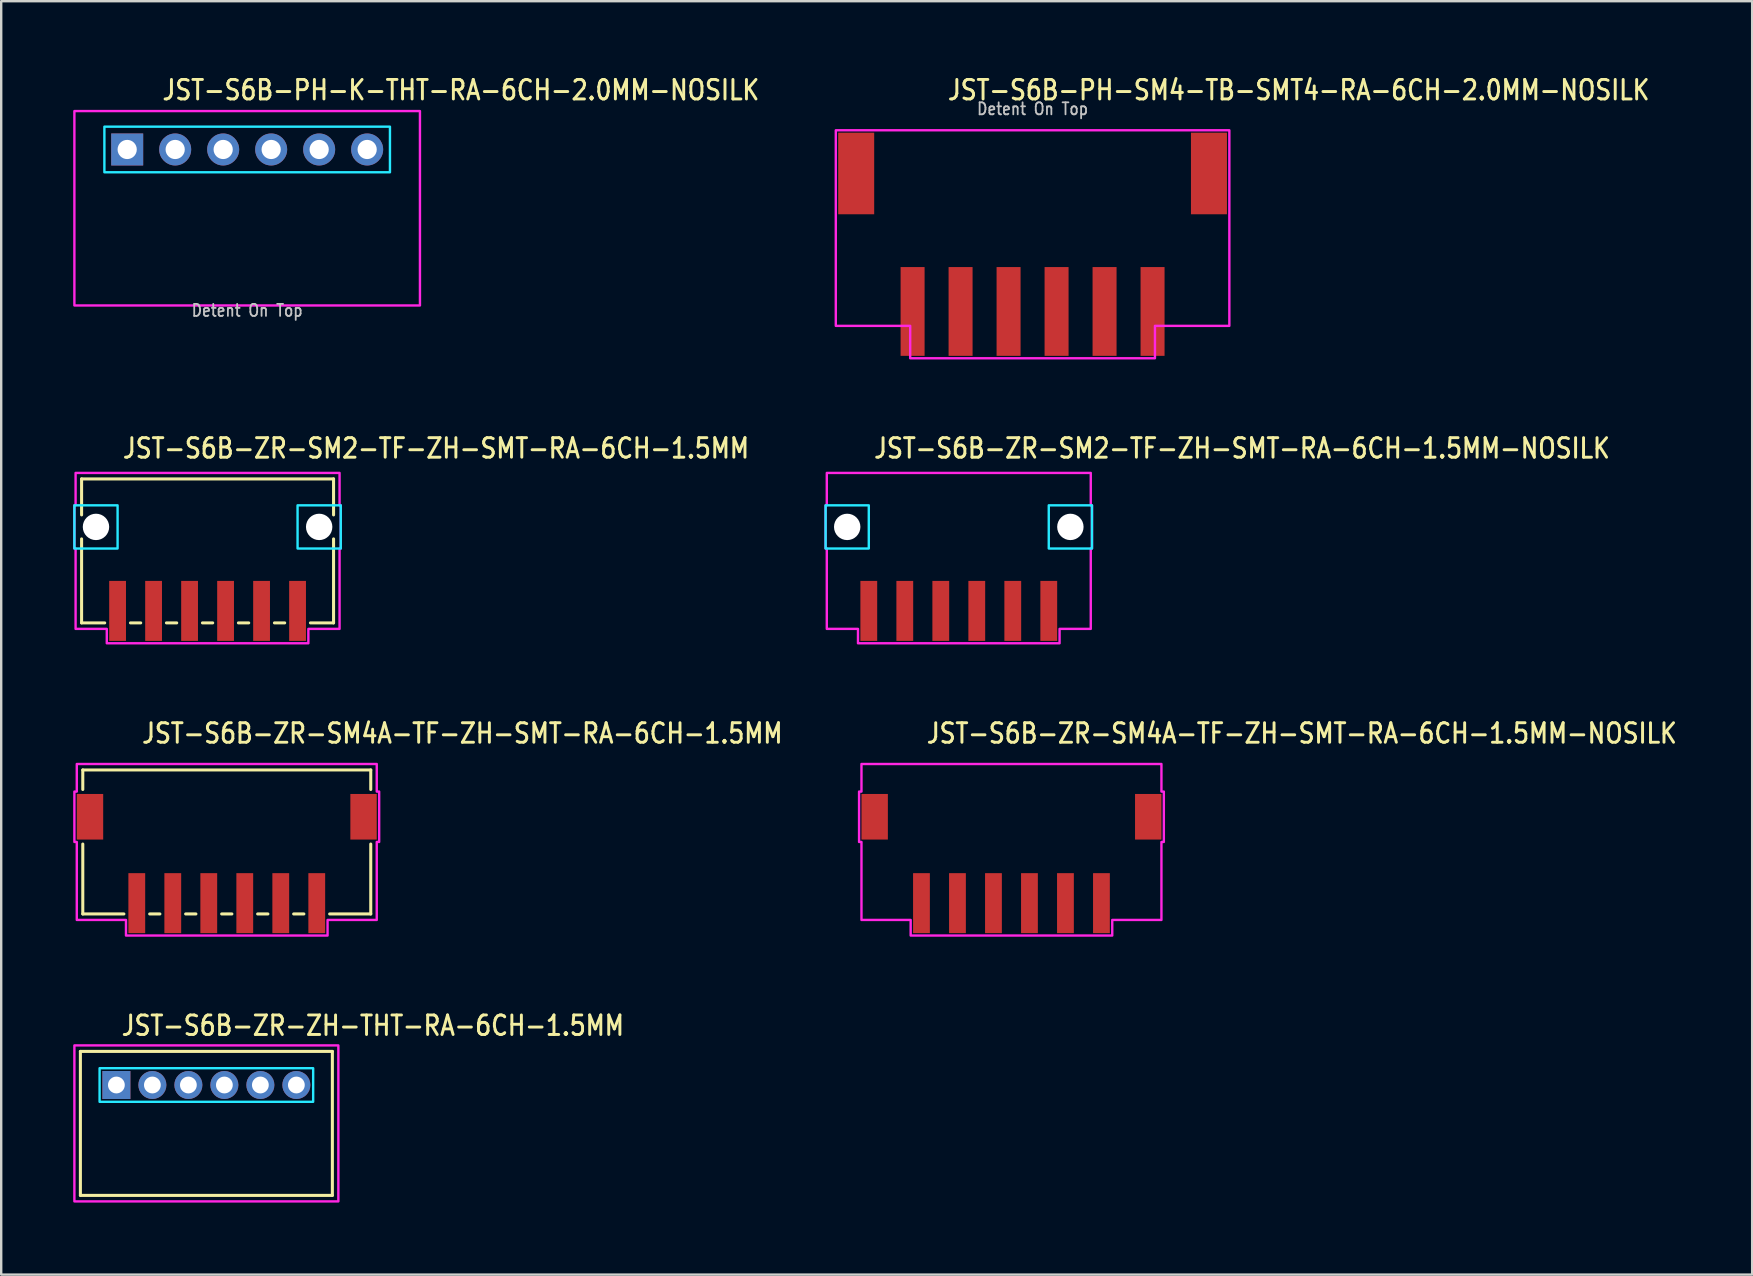
<source format=kicad_pcb>
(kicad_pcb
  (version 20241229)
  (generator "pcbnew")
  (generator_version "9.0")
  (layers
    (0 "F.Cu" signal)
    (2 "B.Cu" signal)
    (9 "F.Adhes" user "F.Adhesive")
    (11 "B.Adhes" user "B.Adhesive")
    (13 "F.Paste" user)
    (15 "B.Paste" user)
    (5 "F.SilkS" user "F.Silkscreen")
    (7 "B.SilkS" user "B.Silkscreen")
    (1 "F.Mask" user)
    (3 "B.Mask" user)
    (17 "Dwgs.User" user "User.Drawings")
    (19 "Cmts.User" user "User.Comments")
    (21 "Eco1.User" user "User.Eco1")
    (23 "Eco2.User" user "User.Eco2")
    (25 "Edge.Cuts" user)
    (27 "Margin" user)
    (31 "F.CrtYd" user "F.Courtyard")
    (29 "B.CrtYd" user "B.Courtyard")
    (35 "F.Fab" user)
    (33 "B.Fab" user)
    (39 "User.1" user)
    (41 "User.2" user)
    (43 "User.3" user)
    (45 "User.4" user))
  (footprint "JST-S6B-ZR-SM4A-TF-ZH-SMT-RA-6CH-1.5MM-NOSILK"
    (layer "F.Cu")
    (at 39.099 30.986)
    (property "Reference" "JST-S6B-ZR-SM4A-TF-ZH-SMT-RA-6CH-1.5MM-NOSILK" (at -3.6 -3 0) (unlocked yes) (layer "F.SilkS") (effects (font (size 0.813 0.695) (thickness 0.122)) (justify left bottom)))
    (fp_poly (pts (xy -6.25 -2.2) (xy -6.25 -1.05) (xy -6.35 -1.05) (xy -6.35 1.05) (xy -6.25 1.05) (xy -6.25 4.3) (xy -4.2 4.3) (xy -4.2 4.95) (xy 4.2 4.95) (xy 4.2 4.3) (xy 6.25 4.3) (xy 6.25 1.05) (xy 6.35 1.05) (xy 6.35 -1.05) (xy 6.25 -1.05) (xy 6.25 -2.2)) (stroke (width 0.1) (type solid)) (fill no) (layer "F.CrtYd"))
    (pad "1" smd rect (at 3.75 3.6) (size 0.7 2.5) (layers "F.Cu" "F.Mask" "F.Paste"))
    (pad "2" smd rect (at 2.25 3.6) (size 0.7 2.5) (layers "F.Cu" "F.Mask" "F.Paste"))
    (pad "3" smd rect (at 0.75 3.6) (size 0.7 2.5) (layers "F.Cu" "F.Mask" "F.Paste"))
    (pad "4" smd rect (at -0.75 3.6) (size 0.7 2.5) (layers "F.Cu" "F.Mask" "F.Paste"))
    (pad "5" smd rect (at -2.25 3.6) (size 0.7 2.5) (layers "F.Cu" "F.Mask" "F.Paste"))
    (pad "6" smd rect (at -3.75 3.6) (size 0.7 2.5) (layers "F.Cu" "F.Mask" "F.Paste"))
    (pad "S_1" smd rect (at -5.7 0) (size 1.1 1.9) (layers "F.Cu" "F.Mask" "F.Paste"))
    (pad "S_2" smd rect (at 5.7 0) (size 1.1 1.9) (layers "F.Cu" "F.Mask" "F.Paste")))
  (footprint "JST-S6B-ZR-SM2-TF-ZH-SMT-RA-6CH-1.5MM"
    (layer "F.Cu")
    (at 5.6 18.907)
    (property "Reference" "JST-S6B-ZR-SM2-TF-ZH-SMT-RA-6CH-1.5MM" (at -3.6 -2.8 0) (unlocked yes) (layer "F.SilkS") (effects (font (size 0.813 0.695) (thickness 0.122)) (justify left bottom)))
    (fp_line (start -5.25 -2) (end -5.25 -0.5) (stroke (width 0.127) (type solid)) (layer "F.SilkS"))
    (fp_line (start -5.25 -2) (end 5.25 -2) (stroke (width 0.127) (type solid)) (layer "F.SilkS"))
    (fp_line (start -5.25 4) (end -5.25 0.5) (stroke (width 0.127) (type solid)) (layer "F.SilkS"))
    (fp_line (start -5.25 4) (end -4.287 4) (stroke (width 0.127) (type solid)) (layer "F.SilkS"))
    (fp_line (start -3.213 4) (end -2.787 4) (stroke (width 0.127) (type solid)) (layer "F.SilkS"))
    (fp_line (start -1.714 4) (end -1.286 4) (stroke (width 0.127) (type solid)) (layer "F.SilkS"))
    (fp_line (start -0.213 4) (end 0.213 4) (stroke (width 0.127) (type solid)) (layer "F.SilkS"))
    (fp_line (start 1.286 4) (end 1.714 4) (stroke (width 0.127) (type solid)) (layer "F.SilkS"))
    (fp_line (start 2.787 4) (end 3.213 4) (stroke (width 0.127) (type solid)) (layer "F.SilkS"))
    (fp_line (start 4.287 4) (end 5.25 4) (stroke (width 0.127) (type solid)) (layer "F.SilkS"))
    (fp_line (start 5.25 -0.5) (end 5.25 -2) (stroke (width 0.127) (type solid)) (layer "F.SilkS"))
    (fp_line (start 5.25 0.5) (end 5.25 4) (stroke (width 0.127) (type solid)) (layer "F.SilkS"))
    (fp_poly (pts (xy -5.55 -0.9) (xy -5.55 0.9) (xy -3.75 0.9) (xy -3.75 -0.9)) (stroke (width 0.1) (type solid)) (fill no) (layer "B.CrtYd"))
    (fp_poly (pts (xy 5.55 -0.9) (xy 5.55 0.9) (xy 3.75 0.9) (xy 3.75 -0.9)) (stroke (width 0.1) (type solid)) (fill no) (layer "B.CrtYd"))
    (fp_poly (pts (xy -5.5 -2.25) (xy -5.5 -0.9) (xy -5.55 -0.9) (xy -5.55 0.9) (xy -5.5 0.9) (xy -5.5 4.25) (xy -4.2 4.25) (xy -4.2 4.85) (xy 4.2 4.85) (xy 4.2 4.25) (xy 5.5 4.25) (xy 5.5 0.9) (xy 5.55 0.9) (xy 5.55 -0.9) (xy 5.5 -0.9) (xy 5.5 -2.25)) (stroke (width 0.1) (type solid)) (fill no) (layer "F.CrtYd"))
    (pad "" np_thru_hole circle (at -4.65 0) (size 1.1 1.1) (drill 1.1) (layers "*.Cu" "*.Mask"))
    (pad "" np_thru_hole circle (at 4.65 0) (size 1.1 1.1) (drill 1.1) (layers "*.Cu" "*.Mask"))
    (pad "1" smd rect (at 3.75 3.5) (size 0.7 2.5) (layers "F.Cu" "F.Mask" "F.Paste"))
    (pad "2" smd rect (at 2.25 3.5) (size 0.7 2.5) (layers "F.Cu" "F.Mask" "F.Paste"))
    (pad "3" smd rect (at 0.75 3.5) (size 0.7 2.5) (layers "F.Cu" "F.Mask" "F.Paste"))
    (pad "4" smd rect (at -0.75 3.5) (size 0.7 2.5) (layers "F.Cu" "F.Mask" "F.Paste"))
    (pad "5" smd rect (at -2.25 3.5) (size 0.7 2.5) (layers "F.Cu" "F.Mask" "F.Paste"))
    (pad "6" smd rect (at -3.75 3.5) (size 0.7 2.5) (layers "F.Cu" "F.Mask" "F.Paste")))
  (footprint "JST-S6B-PH-K-THT-RA-6CH-2.0MM-NOSILK"
    (layer "F.Cu")
    (at 7.25 3.179)
    (property "Reference" "JST-S6B-PH-K-THT-RA-6CH-2.0MM-NOSILK" (at -3.6 -2 0) (unlocked yes) (layer "F.SilkS") (effects (font (size 0.813 0.695) (thickness 0.122)) (justify left bottom)))
    (fp_poly (pts (xy -5.95 -0.95) (xy -5.95 0.95) (xy 5.95 0.95) (xy 5.95 -0.95)) (stroke (width 0.1) (type solid)) (fill no) (layer "B.CrtYd"))
    (fp_poly (pts (xy -7.2 -1.6) (xy -7.2 6.5) (xy 7.2 6.5) (xy 7.2 -1.6)) (stroke (width 0.1) (type solid)) (fill no) (layer "F.CrtYd"))
    (fp_text user "Detent On Top" (at 0 7 0) (unlocked yes) (layer "Dwgs.User") (effects (font (size 0.5 0.427) (thickness 0.075)) (justify bottom)))
    (pad "1" thru_hole rect (at -5 0) (size 1.333 1.333) (drill 0.8) (layers "*.Cu" "*.Mask"))
    (pad "2" thru_hole oval (at -3 0) (size 1.333 1.333) (drill 0.8) (layers "*.Cu" "*.Mask"))
    (pad "3" thru_hole oval (at -1 0) (size 1.333 1.333) (drill 0.8) (layers "*.Cu" "*.Mask"))
    (pad "4" thru_hole oval (at 1 0) (size 1.333 1.333) (drill 0.8) (layers "*.Cu" "*.Mask"))
    (pad "5" thru_hole oval (at 3 0) (size 1.333 1.333) (drill 0.8) (layers "*.Cu" "*.Mask"))
    (pad "6" thru_hole oval (at 5 0) (size 1.333 1.333) (drill 0.8) (layers "*.Cu" "*.Mask")))
  (footprint "JST-S6B-ZR-SM2-TF-ZH-SMT-RA-6CH-1.5MM-NOSILK"
    (layer "F.Cu")
    (at 36.904 18.907)
    (property "Reference" "JST-S6B-ZR-SM2-TF-ZH-SMT-RA-6CH-1.5MM-NOSILK" (at -3.6 -2.8 0) (unlocked yes) (layer "F.SilkS") (effects (font (size 0.813 0.695) (thickness 0.122)) (justify left bottom)))
    (fp_poly (pts (xy -5.55 -0.9) (xy -5.55 0.9) (xy -3.75 0.9) (xy -3.75 -0.9)) (stroke (width 0.1) (type solid)) (fill no) (layer "B.CrtYd"))
    (fp_poly (pts (xy 5.55 -0.9) (xy 5.55 0.9) (xy 3.75 0.9) (xy 3.75 -0.9)) (stroke (width 0.1) (type solid)) (fill no) (layer "B.CrtYd"))
    (fp_poly (pts (xy -5.5 -2.25) (xy -5.5 -0.9) (xy -5.55 -0.9) (xy -5.55 0.9) (xy -5.5 0.9) (xy -5.5 4.25) (xy -4.2 4.25) (xy -4.2 4.85) (xy 4.2 4.85) (xy 4.2 4.25) (xy 5.5 4.25) (xy 5.5 0.9) (xy 5.55 0.9) (xy 5.55 -0.9) (xy 5.5 -0.9) (xy 5.5 -2.25)) (stroke (width 0.1) (type solid)) (fill no) (layer "F.CrtYd"))
    (pad "" np_thru_hole circle (at -4.65 0) (size 1.1 1.1) (drill 1.1) (layers "*.Cu" "*.Mask"))
    (pad "" np_thru_hole circle (at 4.65 0) (size 1.1 1.1) (drill 1.1) (layers "*.Cu" "*.Mask"))
    (pad "1" smd rect (at 3.75 3.5) (size 0.7 2.5) (layers "F.Cu" "F.Mask" "F.Paste"))
    (pad "2" smd rect (at 2.25 3.5) (size 0.7 2.5) (layers "F.Cu" "F.Mask" "F.Paste"))
    (pad "3" smd rect (at 0.75 3.5) (size 0.7 2.5) (layers "F.Cu" "F.Mask" "F.Paste"))
    (pad "4" smd rect (at -0.75 3.5) (size 0.7 2.5) (layers "F.Cu" "F.Mask" "F.Paste"))
    (pad "5" smd rect (at -2.25 3.5) (size 0.7 2.5) (layers "F.Cu" "F.Mask" "F.Paste"))
    (pad "6" smd rect (at -3.75 3.5) (size 0.7 2.5) (layers "F.Cu" "F.Mask" "F.Paste")))
  (footprint "JST-S6B-ZR-SM4A-TF-ZH-SMT-RA-6CH-1.5MM"
    (layer "F.Cu")
    (at 6.4 30.986)
    (property "Reference" "JST-S6B-ZR-SM4A-TF-ZH-SMT-RA-6CH-1.5MM" (at -3.6 -3 0) (unlocked yes) (layer "F.SilkS") (effects (font (size 0.813 0.695) (thickness 0.122)) (justify left bottom)))
    (fp_line (start -6 -1.95) (end -6 -1.137) (stroke (width 0.127) (type solid)) (layer "F.SilkS"))
    (fp_line (start -6 -1.95) (end 6 -1.95) (stroke (width 0.127) (type solid)) (layer "F.SilkS"))
    (fp_line (start -6 4.05) (end -6 1.137) (stroke (width 0.127) (type solid)) (layer "F.SilkS"))
    (fp_line (start -6 4.05) (end -4.287 4.05) (stroke (width 0.127) (type solid)) (layer "F.SilkS"))
    (fp_line (start -3.213 4.05) (end -2.787 4.05) (stroke (width 0.127) (type solid)) (layer "F.SilkS"))
    (fp_line (start -1.714 4.05) (end -1.286 4.05) (stroke (width 0.127) (type solid)) (layer "F.SilkS"))
    (fp_line (start -0.213 4.05) (end 0.213 4.05) (stroke (width 0.127) (type solid)) (layer "F.SilkS"))
    (fp_line (start 1.286 4.05) (end 1.714 4.05) (stroke (width 0.127) (type solid)) (layer "F.SilkS"))
    (fp_line (start 2.787 4.05) (end 3.213 4.05) (stroke (width 0.127) (type solid)) (layer "F.SilkS"))
    (fp_line (start 4.287 4.05) (end 6 4.05) (stroke (width 0.127) (type solid)) (layer "F.SilkS"))
    (fp_line (start 6 -1.137) (end 6 -1.95) (stroke (width 0.127) (type solid)) (layer "F.SilkS"))
    (fp_line (start 6 1.137) (end 6 4.05) (stroke (width 0.127) (type solid)) (layer "F.SilkS"))
    (fp_poly (pts (xy -6.25 -2.2) (xy -6.25 -1.05) (xy -6.35 -1.05) (xy -6.35 1.05) (xy -6.25 1.05) (xy -6.25 4.3) (xy -4.2 4.3) (xy -4.2 4.95) (xy 4.2 4.95) (xy 4.2 4.3) (xy 6.25 4.3) (xy 6.25 1.05) (xy 6.35 1.05) (xy 6.35 -1.05) (xy 6.25 -1.05) (xy 6.25 -2.2)) (stroke (width 0.1) (type solid)) (fill no) (layer "F.CrtYd"))
    (pad "1" smd rect (at 3.75 3.6) (size 0.7 2.5) (layers "F.Cu" "F.Mask" "F.Paste"))
    (pad "2" smd rect (at 2.25 3.6) (size 0.7 2.5) (layers "F.Cu" "F.Mask" "F.Paste"))
    (pad "3" smd rect (at 0.75 3.6) (size 0.7 2.5) (layers "F.Cu" "F.Mask" "F.Paste"))
    (pad "4" smd rect (at -0.75 3.6) (size 0.7 2.5) (layers "F.Cu" "F.Mask" "F.Paste"))
    (pad "5" smd rect (at -2.25 3.6) (size 0.7 2.5) (layers "F.Cu" "F.Mask" "F.Paste"))
    (pad "6" smd rect (at -3.75 3.6) (size 0.7 2.5) (layers "F.Cu" "F.Mask" "F.Paste"))
    (pad "S_1" smd rect (at -5.7 0) (size 1.1 1.9) (layers "F.Cu" "F.Mask" "F.Paste"))
    (pad "S_2" smd rect (at 5.7 0) (size 1.1 1.9) (layers "F.Cu" "F.Mask" "F.Paste")))
  (footprint "JST-S6B-ZR-ZH-THT-RA-6CH-1.5MM"
    (layer "F.Cu")
    (at 5.55 42.164)
    (property "Reference" "JST-S6B-ZR-ZH-THT-RA-6CH-1.5MM" (at -3.6 -2 0) (unlocked yes) (layer "F.SilkS") (effects (font (size 0.813 0.695) (thickness 0.122)) (justify left bottom)))
    (fp_line (start -5.25 -1.4) (end 5.25 -1.4) (stroke (width 0.127) (type solid)) (layer "F.SilkS"))
    (fp_line (start -5.25 4.6) (end -5.25 -1.4) (stroke (width 0.127) (type solid)) (layer "F.SilkS"))
    (fp_line (start -5.25 4.6) (end 5.25 4.6) (stroke (width 0.127) (type solid)) (layer "F.SilkS"))
    (fp_line (start 5.25 -1.4) (end 5.25 4.6) (stroke (width 0.127) (type solid)) (layer "F.SilkS"))
    (fp_poly (pts (xy -4.45 -0.7) (xy -4.45 0.7) (xy 4.45 0.7) (xy 4.45 -0.7)) (stroke (width 0.1) (type solid)) (fill no) (layer "B.CrtYd"))
    (fp_poly (pts (xy -5.5 -1.65) (xy -5.5 4.85) (xy 5.5 4.85) (xy 5.5 -1.65)) (stroke (width 0.1) (type solid)) (fill no) (layer "F.CrtYd"))
    (pad "P$1" thru_hole rect (at -3.75 0) (size 1.167 1.167) (drill 0.7) (layers "*.Cu" "*.Mask"))
    (pad "P$2" thru_hole oval (at -2.25 0) (size 1.167 1.167) (drill 0.7) (layers "*.Cu" "*.Mask"))
    (pad "P$3" thru_hole oval (at -0.75 0) (size 1.167 1.167) (drill 0.7) (layers "*.Cu" "*.Mask"))
    (pad "P$4" thru_hole oval (at 0.75 0) (size 1.167 1.167) (drill 0.7) (layers "*.Cu" "*.Mask"))
    (pad "P$5" thru_hole oval (at 2.25 0) (size 1.167 1.167) (drill 0.7) (layers "*.Cu" "*.Mask"))
    (pad "P$6" thru_hole oval (at 3.75 0) (size 1.167 1.167) (drill 0.7) (layers "*.Cu" "*.Mask")))
  (footprint "JST-S6B-PH-SM4-TB-SMT4-RA-6CH-2.0MM-NOSILK"
    (layer "F.Cu")
    (at 39.979 4.179)
    (property "Reference" "JST-S6B-PH-SM4-TB-SMT4-RA-6CH-2.0MM-NOSILK" (at -3.6 -3 0) (unlocked yes) (layer "F.SilkS") (effects (font (size 0.813 0.695) (thickness 0.122)) (justify left bottom)))
    (fp_poly (pts (xy -8.2 -1.8) (xy -8.2 6.35) (xy -5.1 6.35) (xy -5.1 7.7) (xy 5.1 7.7) (xy 5.1 6.35) (xy 8.2 6.35) (xy 8.2 -1.8)) (stroke (width 0.1) (type solid)) (fill no) (layer "F.CrtYd"))
    (fp_text user "Detent On Top" (at 0 -2.4 0) (unlocked yes) (layer "Dwgs.User") (effects (font (size 0.5 0.427) (thickness 0.075)) (justify bottom)))
    (pad "1" smd rect (at 5 5.75) (size 1 3.7) (layers "F.Cu" "F.Mask" "F.Paste"))
    (pad "2" smd rect (at 3 5.75) (size 1 3.7) (layers "F.Cu" "F.Mask" "F.Paste"))
    (pad "3" smd rect (at 1 5.75) (size 1 3.7) (layers "F.Cu" "F.Mask" "F.Paste"))
    (pad "4" smd rect (at -1 5.75) (size 1 3.7) (layers "F.Cu" "F.Mask" "F.Paste"))
    (pad "5" smd rect (at -3 5.75) (size 1 3.7) (layers "F.Cu" "F.Mask" "F.Paste"))
    (pad "6" smd rect (at -5 5.75) (size 1 3.7) (layers "F.Cu" "F.Mask" "F.Paste"))
    (pad "S_1" smd rect (at -7.35 0) (size 1.5 3.4) (layers "F.Cu" "F.Mask" "F.Paste"))
    (pad "S_2" smd rect (at 7.35 0) (size 1.5 3.4) (layers "F.Cu" "F.Mask" "F.Paste")))
  (gr_rect
    (start -3 -3)
    (end 69.966 50.064)
    (stroke (width 0.1) (type default))
    (fill no)
    (layer "Edge.Cuts")))
</source>
